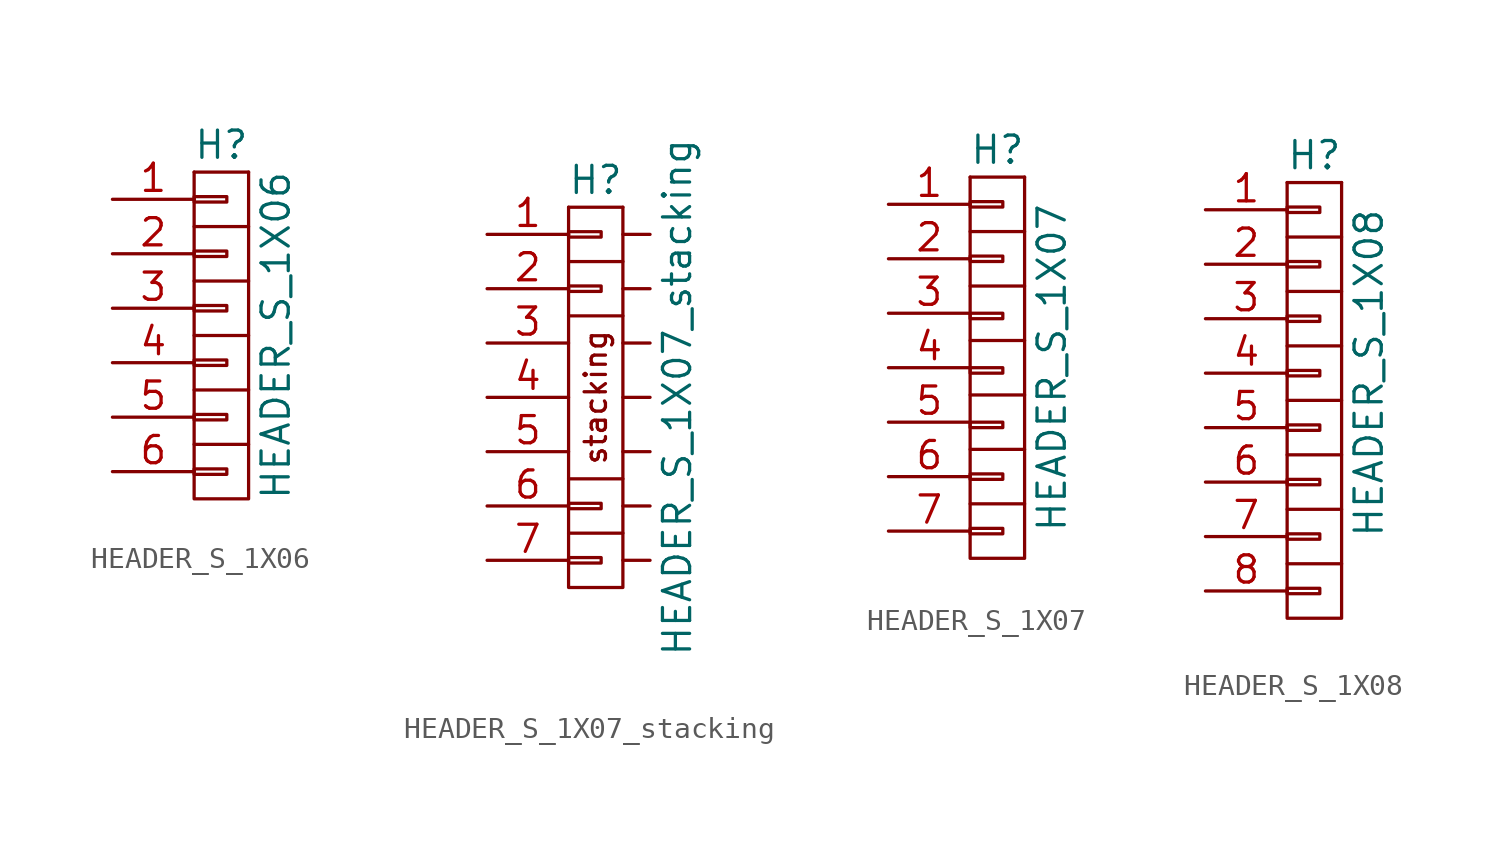
<source format=kicad_sym>
(kicad_symbol_lib
  (version 20220914)
  (generator kicad_symbol_editor)
  (symbol "HEADER_S_1X06"
    (pin_names
      (offset 1.016) hide)
    (property "Reference" "H"
      (at 0 13.97 0)
      (effects (font (size 1.27 1.27))))
    (property "Value" "HEADER_S_1X06"
      (at 2.54 5.08 90)
      (effects (font (size 1.27 1.27))))
    (symbol "HEADER_S_1X06_0_1"
      (rectangle (start -1.27 -1.143) (end 0.254 -1.397) (stroke (width 0) (type solid)) (fill (type none)))
      (rectangle (start -1.27 1.397) (end 0.254 1.143) (stroke (width 0) (type solid)) (fill (type none)))
      (rectangle (start -1.27 3.937) (end 0.254 3.683) (stroke (width 0) (type solid)) (fill (type none)))
      (rectangle (start -1.27 6.477) (end 0.254 6.223) (stroke (width 0) (type solid)) (fill (type none)))
      (rectangle (start -1.27 9.017) (end 0.254 8.763) (stroke (width 0) (type solid)) (fill (type none)))
      (rectangle (start -1.27 11.557) (end 0.254 11.303) (stroke (width 0) (type solid)) (fill (type none)))
      (polyline (pts (xy 1.27 12.7) (xy -1.27 12.7)) (stroke (width 0) (type solid)) (fill (type none)))
      (polyline (pts (xy -1.27 0) (xy -1.27 -2.54) (xy 1.27 -2.54) (xy 1.27 0)) (stroke (width 0) (type solid)) (fill (type none)))
      (polyline (pts (xy -1.27 2.54) (xy -1.27 0) (xy 1.27 0) (xy 1.27 2.54)) (stroke (width 0) (type solid)) (fill (type none)))
      (polyline (pts (xy -1.27 5.08) (xy -1.27 2.54) (xy 1.27 2.54) (xy 1.27 5.08)) (stroke (width 0) (type solid)) (fill (type none)))
      (polyline (pts (xy -1.27 10.16) (xy -1.27 7.62) (xy 1.27 7.62) (xy 1.27 10.16)) (stroke (width 0) (type solid)) (fill (type none)))
      (polyline (pts (xy -1.27 12.7) (xy -1.27 10.16) (xy 1.27 10.16) (xy 1.27 12.7)) (stroke (width 0) (type solid)) (fill (type none)))
      (polyline (pts (xy -1.27 7.62) (xy -1.27 6.35) (xy -1.27 5.08) (xy 1.27 5.08) (xy 1.27 7.62)) (stroke (width 0) (type solid)) (fill (type none))))
    (symbol "HEADER_S_1X06_1_1"
      (pin passive line (at -5.08 11.43 0) (length 3.81) (name "P1" (effects (font (size 1.27 1.27)))) (number "1" (effects (font (size 1.27 1.27)))))
      (pin passive line (at -5.08 8.89 0) (length 3.81) (name "P2" (effects (font (size 1.27 1.27)))) (number "2" (effects (font (size 1.27 1.27)))))
      (pin passive line (at -5.08 6.35 0) (length 3.81) (name "P3" (effects (font (size 1.27 1.27)))) (number "3" (effects (font (size 1.27 1.27)))))
      (pin passive line (at -5.08 3.81 0) (length 3.81) (name "P4" (effects (font (size 1.27 1.27)))) (number "4" (effects (font (size 1.27 1.27)))))
      (pin passive line (at -5.08 1.27 0) (length 3.81) (name "P5" (effects (font (size 1.27 1.27)))) (number "5" (effects (font (size 1.27 1.27)))))
      (pin passive line (at -5.08 -1.27 0) (length 3.81) (name "P6" (effects (font (size 1.27 1.27)))) (number "6" (effects (font (size 1.27 1.27)))))))
  (symbol "HEADER_S_1X07_stacking"
    (pin_names
      (offset 1.016) hide)
    (property "Reference" "H"
      (at 0 10.16 0)
      (effects (font (size 1.27 1.27))))
    (property "Value" "HEADER_S_1X07_stacking"
      (at 3.81 0 90)
      (effects (font (size 1.27 1.27))))
    (symbol "HEADER_S_1X07_stacking_0_1"
      (rectangle (start -1.27 -7.493) (end 0.254 -7.747) (stroke (width 0) (type solid)) (fill (type none)))
      (rectangle (start -1.27 -4.953) (end 0.254 -5.207) (stroke (width 0) (type solid)) (fill (type none)))
      (rectangle (start -1.27 5.207) (end 0.254 4.953) (stroke (width 0) (type solid)) (fill (type none)))
      (rectangle (start -1.27 7.747) (end 0.254 7.493) (stroke (width 0) (type solid)) (fill (type none)))
      (polyline (pts (xy 1.27 8.89) (xy -1.27 8.89)) (stroke (width 0) (type solid)) (fill (type none)))
      (polyline (pts (xy -1.27 -6.35) (xy -1.27 -8.89) (xy 1.27 -8.89) (xy 1.27 -6.35)) (stroke (width 0) (type solid)) (fill (type none)))
      (polyline (pts (xy -1.27 -3.81) (xy -1.27 -6.35) (xy 1.27 -6.35) (xy 1.27 -3.81)) (stroke (width 0) (type solid)) (fill (type none)))
      (polyline (pts (xy -1.27 6.35) (xy -1.27 3.81) (xy 1.27 3.81) (xy 1.27 6.35)) (stroke (width 0) (type solid)) (fill (type none)))
      (polyline (pts (xy -1.27 8.89) (xy -1.27 6.35) (xy 1.27 6.35) (xy 1.27 8.89)) (stroke (width 0) (type solid)) (fill (type none))))
    (symbol "HEADER_S_1X07_stacking_1_1"
      (polyline (pts (xy 1.27 -7.62) (xy 2.54 -7.62)) (stroke (width 0) (type default)) (fill (type none)))
      (polyline (pts (xy 1.27 -5.08) (xy 2.54 -5.08)) (stroke (width 0) (type default)) (fill (type none)))
      (polyline (pts (xy 1.27 -2.54) (xy 2.54 -2.54)) (stroke (width 0) (type default)) (fill (type none)))
      (polyline (pts (xy 1.27 0) (xy 2.54 0)) (stroke (width 0) (type default)) (fill (type none)))
      (polyline (pts (xy 1.27 2.54) (xy 2.54 2.54)) (stroke (width 0) (type default)) (fill (type none)))
      (polyline (pts (xy 1.27 5.08) (xy 2.54 5.08)) (stroke (width 0) (type default)) (fill (type none)))
      (polyline (pts (xy 1.27 7.62) (xy 2.54 7.62)) (stroke (width 0) (type default)) (fill (type none)))
      (polyline (pts (xy -1.27 3.81) (xy -1.27 -3.81) (xy 1.27 -3.81) (xy 1.27 3.81)) (stroke (width 0) (type default)) (fill (type none)))
      (text "stacking" (at 0 0 900) (effects (font (size 1 1))))
      (pin passive line (at -5.08 7.62 0) (length 3.81) (name "P1" (effects (font (size 1.27 1.27)))) (number "1" (effects (font (size 1.27 1.27)))))
      (pin passive line (at -5.08 5.08 0) (length 3.81) (name "P2" (effects (font (size 1.27 1.27)))) (number "2" (effects (font (size 1.27 1.27)))))
      (pin passive line (at -5.08 2.54 0) (length 3.81) (name "P3" (effects (font (size 1.27 1.27)))) (number "3" (effects (font (size 1.27 1.27)))))
      (pin passive line (at -5.08 0 0) (length 3.81) (name "P4" (effects (font (size 1.27 1.27)))) (number "4" (effects (font (size 1.27 1.27)))))
      (pin passive line (at -5.08 -2.54 0) (length 3.81) (name "P5" (effects (font (size 1.27 1.27)))) (number "5" (effects (font (size 1.27 1.27)))))
      (pin passive line (at -5.08 -5.08 0) (length 3.81) (name "P6" (effects (font (size 1.27 1.27)))) (number "6" (effects (font (size 1.27 1.27)))))
      (pin passive line (at -5.08 -7.62 0) (length 3.81) (name "P7" (effects (font (size 1.27 1.27)))) (number "7" (effects (font (size 1.27 1.27)))))))
  (symbol "HEADER_S_1X07"
    (pin_names
      (offset 1.016) hide)
    (property "Reference" "H"
      (at 0 10.16 0)
      (effects (font (size 1.27 1.27))))
    (property "Value" "HEADER_S_1X07"
      (at 2.54 0 90)
      (effects (font (size 1.27 1.27))))
    (property "Footprint" ""
      (at 0 -3.81 0)
      (effects (font (size 1.27 1.27))))
    (property "Datasheet" ""
      (at 0 -3.81 0)
      (effects (font (size 1.27 1.27))))
    (symbol "HEADER_S_1X07_0_1"
      (rectangle (start -1.27 -7.493) (end 0.254 -7.747) (stroke (width 0) (type solid)) (fill (type none)))
      (rectangle (start -1.27 -4.953) (end 0.254 -5.207) (stroke (width 0) (type solid)) (fill (type none)))
      (rectangle (start -1.27 -2.54) (end 0.254 -2.794) (stroke (width 0) (type solid)) (fill (type none)))
      (rectangle (start -1.27 0) (end 0.254 -0.254) (stroke (width 0) (type solid)) (fill (type none)))
      (rectangle (start -1.27 2.54) (end 0.254 2.286) (stroke (width 0) (type solid)) (fill (type none)))
      (rectangle (start -1.27 5.207) (end 0.254 4.953) (stroke (width 0) (type solid)) (fill (type none)))
      (rectangle (start -1.27 7.747) (end 0.254 7.493) (stroke (width 0) (type solid)) (fill (type none)))
      (polyline (pts (xy -1.27 -1.27) (xy 1.27 -1.27)) (stroke (width 0) (type default)) (fill (type none)))
      (polyline (pts (xy -1.27 1.27) (xy 1.27 1.27)) (stroke (width 0) (type default)) (fill (type none)))
      (polyline (pts (xy 1.27 8.89) (xy -1.27 8.89)) (stroke (width 0) (type solid)) (fill (type none)))
      (polyline (pts (xy -1.27 -6.35) (xy -1.27 -8.89) (xy 1.27 -8.89) (xy 1.27 -6.35)) (stroke (width 0) (type solid)) (fill (type none)))
      (polyline (pts (xy -1.27 -3.81) (xy -1.27 -6.35) (xy 1.27 -6.35) (xy 1.27 -3.81)) (stroke (width 0) (type solid)) (fill (type none)))
      (polyline (pts (xy -1.27 6.35) (xy -1.27 3.81) (xy 1.27 3.81) (xy 1.27 6.35)) (stroke (width 0) (type solid)) (fill (type none)))
      (polyline (pts (xy -1.27 8.89) (xy -1.27 6.35) (xy 1.27 6.35) (xy 1.27 8.89)) (stroke (width 0) (type solid)) (fill (type none))))
    (symbol "HEADER_S_1X07_1_1"
      (polyline (pts (xy -1.27 3.81) (xy -1.27 -3.81) (xy 1.27 -3.81) (xy 1.27 3.81)) (stroke (width 0) (type default)) (fill (type none)))
      (pin passive line (at -5.08 7.62 0) (length 3.81) (name "P1" (effects (font (size 1.27 1.27)))) (number "1" (effects (font (size 1.27 1.27)))))
      (pin passive line (at -5.08 5.08 0) (length 3.81) (name "P2" (effects (font (size 1.27 1.27)))) (number "2" (effects (font (size 1.27 1.27)))))
      (pin passive line (at -5.08 2.54 0) (length 3.81) (name "P3" (effects (font (size 1.27 1.27)))) (number "3" (effects (font (size 1.27 1.27)))))
      (pin passive line (at -5.08 0 0) (length 3.81) (name "P4" (effects (font (size 1.27 1.27)))) (number "4" (effects (font (size 1.27 1.27)))))
      (pin passive line (at -5.08 -2.54 0) (length 3.81) (name "P5" (effects (font (size 1.27 1.27)))) (number "5" (effects (font (size 1.27 1.27)))))
      (pin passive line (at -5.08 -5.08 0) (length 3.81) (name "P6" (effects (font (size 1.27 1.27)))) (number "6" (effects (font (size 1.27 1.27)))))
      (pin passive line (at -5.08 -7.62 0) (length 3.81) (name "P7" (effects (font (size 1.27 1.27)))) (number "7" (effects (font (size 1.27 1.27)))))))
  (symbol "HEADER_S_1X08"
    (pin_names
      (offset 1.016) hide)
    (property "Reference" "H"
      (at 0 11.43 0)
      (effects (font (size 1.27 1.27))))
    (property "Value" "HEADER_S_1X08"
      (at 2.54 1.27 90)
      (effects (font (size 1.27 1.27))))
    (property "Footprint" ""
      (at 0 -2.54 0)
      (effects (font (size 1.27 1.27))))
    (property "Datasheet" ""
      (at 0 -2.54 0)
      (effects (font (size 1.27 1.27))))
    (symbol "HEADER_S_1X08_0_1"
      (rectangle (start -1.27 -8.763) (end 0.254 -9.017) (stroke (width 0) (type solid)) (fill (type none)))
      (rectangle (start -1.27 -6.223) (end 0.254 -6.477) (stroke (width 0) (type solid)) (fill (type none)))
      (rectangle (start -1.27 -3.683) (end 0.254 -3.937) (stroke (width 0) (type solid)) (fill (type none)))
      (rectangle (start -1.27 -1.143) (end 0.254 -1.397) (stroke (width 0) (type solid)) (fill (type none)))
      (rectangle (start -1.27 1.397) (end 0.254 1.143) (stroke (width 0) (type solid)) (fill (type none)))
      (rectangle (start -1.27 3.937) (end 0.254 3.683) (stroke (width 0) (type solid)) (fill (type none)))
      (rectangle (start -1.27 6.477) (end 0.254 6.223) (stroke (width 0) (type solid)) (fill (type none)))
      (rectangle (start -1.27 9.017) (end 0.254 8.763) (stroke (width 0) (type solid)) (fill (type none)))
      (polyline (pts (xy 1.27 10.16) (xy -1.27 10.16)) (stroke (width 0) (type solid)) (fill (type none)))
      (polyline (pts (xy -1.27 -7.62) (xy -1.27 -10.16) (xy 1.27 -10.16) (xy 1.27 -7.62)) (stroke (width 0) (type solid)) (fill (type none)))
      (polyline (pts (xy -1.27 -5.08) (xy -1.27 -7.62) (xy 1.27 -7.62) (xy 1.27 -5.08)) (stroke (width 0) (type solid)) (fill (type none)))
      (polyline (pts (xy -1.27 -2.54) (xy -1.27 -5.08) (xy 1.27 -5.08) (xy 1.27 -2.54)) (stroke (width 0) (type solid)) (fill (type none)))
      (polyline (pts (xy -1.27 0) (xy -1.27 -2.54) (xy 1.27 -2.54) (xy 1.27 0)) (stroke (width 0) (type solid)) (fill (type none)))
      (polyline (pts (xy -1.27 2.54) (xy -1.27 0) (xy 1.27 0) (xy 1.27 2.54)) (stroke (width 0) (type solid)) (fill (type none)))
      (polyline (pts (xy -1.27 7.62) (xy -1.27 5.08) (xy 1.27 5.08) (xy 1.27 7.62)) (stroke (width 0) (type solid)) (fill (type none)))
      (polyline (pts (xy -1.27 10.16) (xy -1.27 7.62) (xy 1.27 7.62) (xy 1.27 10.16)) (stroke (width 0) (type solid)) (fill (type none)))
      (polyline (pts (xy -1.27 5.08) (xy -1.27 3.81) (xy -1.27 2.54) (xy 1.27 2.54) (xy 1.27 5.08)) (stroke (width 0) (type solid)) (fill (type none))))
    (symbol "HEADER_S_1X08_1_1"
      (pin passive line (at -5.08 8.89 0) (length 3.81) (name "P1" (effects (font (size 1.27 1.27)))) (number "1" (effects (font (size 1.27 1.27)))))
      (pin passive line (at -5.08 6.35 0) (length 3.81) (name "P2" (effects (font (size 1.27 1.27)))) (number "2" (effects (font (size 1.27 1.27)))))
      (pin passive line (at -5.08 3.81 0) (length 3.81) (name "P3" (effects (font (size 1.27 1.27)))) (number "3" (effects (font (size 1.27 1.27)))))
      (pin passive line (at -5.08 1.27 0) (length 3.81) (name "P4" (effects (font (size 1.27 1.27)))) (number "4" (effects (font (size 1.27 1.27)))))
      (pin passive line (at -5.08 -1.27 0) (length 3.81) (name "P5" (effects (font (size 1.27 1.27)))) (number "5" (effects (font (size 1.27 1.27)))))
      (pin passive line (at -5.08 -3.81 0) (length 3.81) (name "P6" (effects (font (size 1.27 1.27)))) (number "6" (effects (font (size 1.27 1.27)))))
      (pin passive line (at -5.08 -6.35 0) (length 3.81) (name "P7" (effects (font (size 1.27 1.27)))) (number "7" (effects (font (size 1.27 1.27)))))
      (pin passive line (at -5.08 -8.89 0) (length 3.81) (name "P8" (effects (font (size 1.27 1.27)))) (number "8" (effects (font (size 1.27 1.27))))))))
</source>
